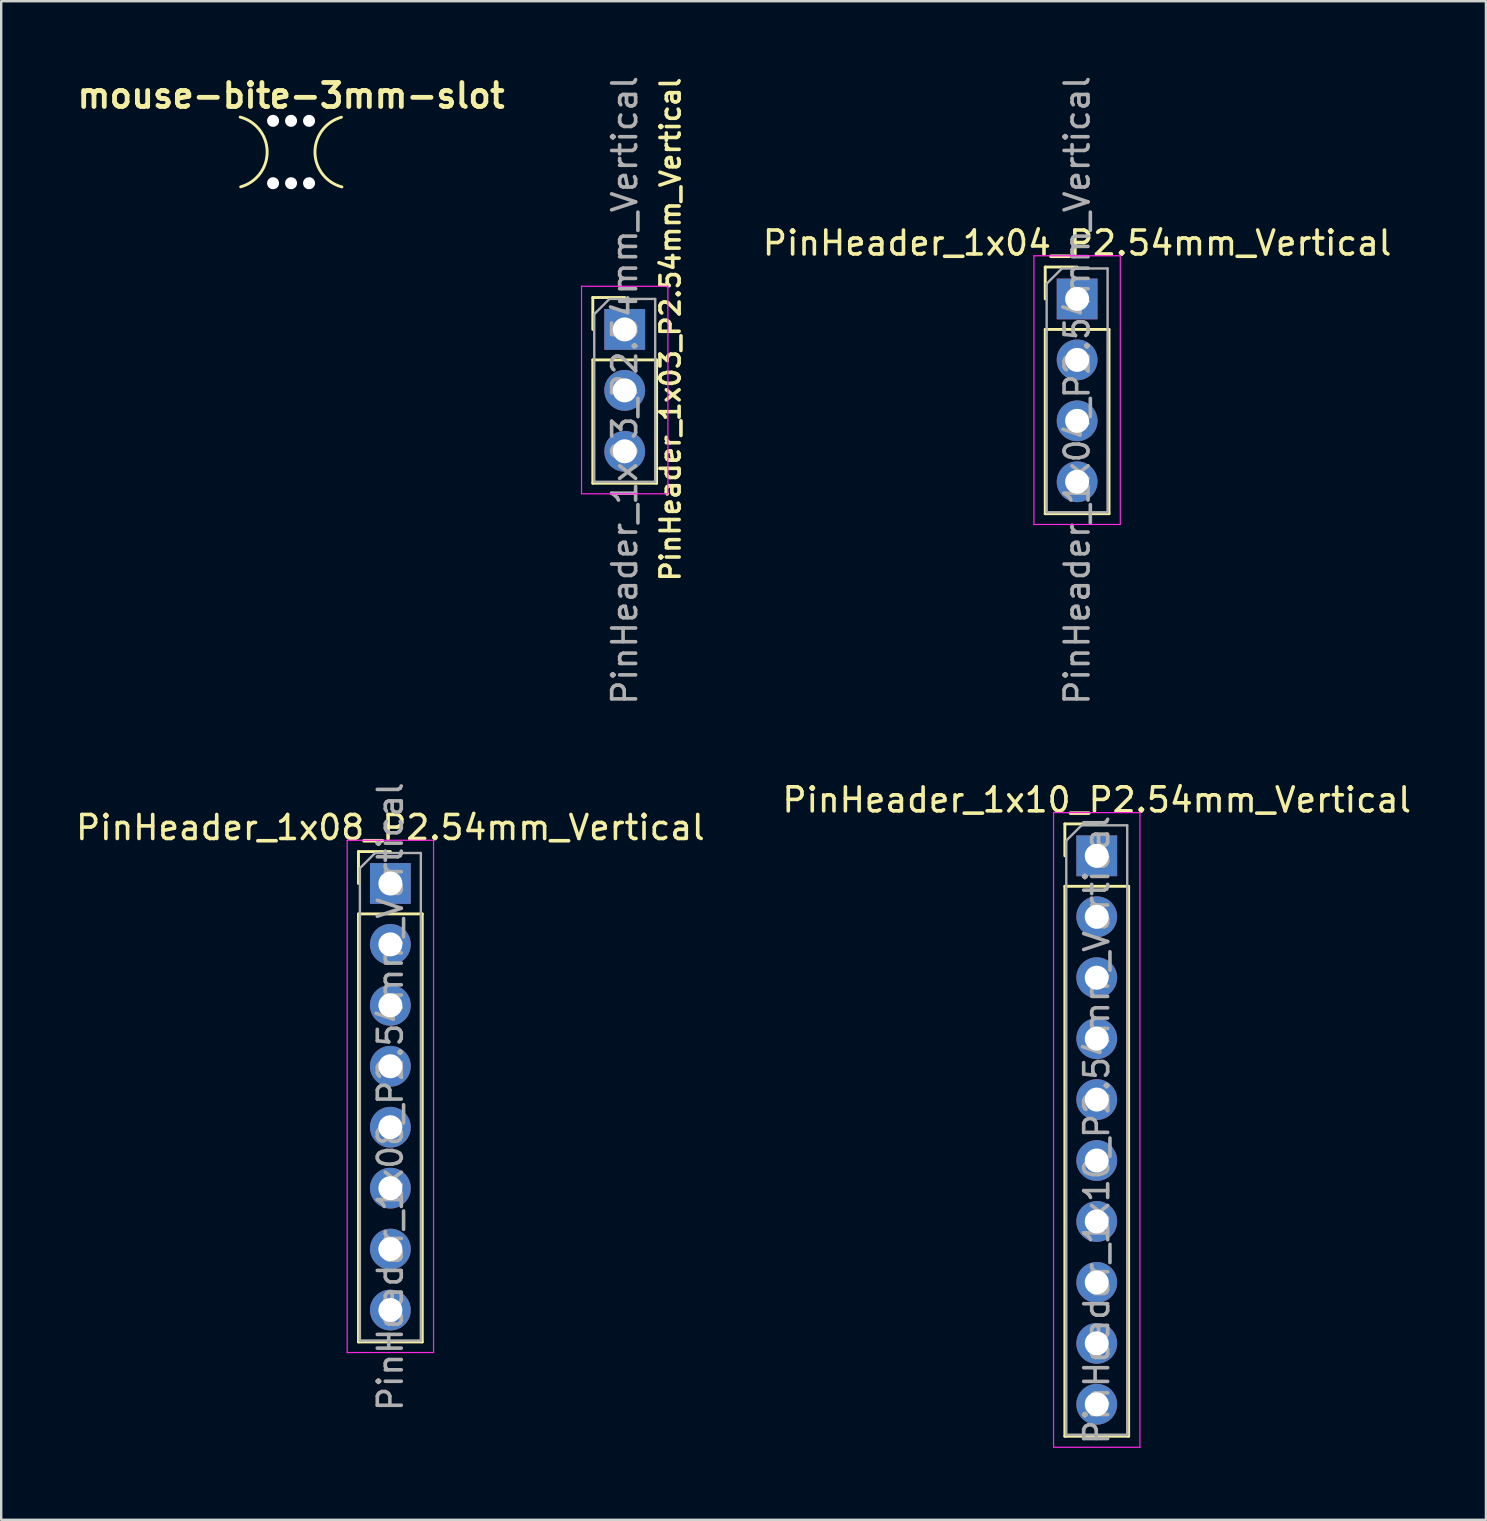
<source format=kicad_pcb>
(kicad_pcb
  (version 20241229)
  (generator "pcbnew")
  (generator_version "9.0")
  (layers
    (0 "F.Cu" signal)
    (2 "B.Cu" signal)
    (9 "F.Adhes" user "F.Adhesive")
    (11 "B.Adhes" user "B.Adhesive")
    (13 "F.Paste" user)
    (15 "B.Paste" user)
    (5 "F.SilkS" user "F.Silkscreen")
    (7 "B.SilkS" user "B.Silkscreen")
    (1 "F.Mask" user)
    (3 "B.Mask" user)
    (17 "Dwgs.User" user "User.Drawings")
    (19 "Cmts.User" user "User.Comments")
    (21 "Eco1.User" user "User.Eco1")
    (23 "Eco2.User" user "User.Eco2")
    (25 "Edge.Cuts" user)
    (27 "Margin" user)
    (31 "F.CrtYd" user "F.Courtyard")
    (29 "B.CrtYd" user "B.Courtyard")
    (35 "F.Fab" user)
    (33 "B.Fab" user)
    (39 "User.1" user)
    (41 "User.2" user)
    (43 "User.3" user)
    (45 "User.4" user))
  (footprint "PinHeader_1x03_P2.54mm_Vertical"
    (layer "F.Cu")
    (at 22.987 10.68)
    (property "Reference" "PinHeader_1x03_P2.54mm_Vertical" (at 1.905 0 90) (layer "F.SilkS") (effects (font (size 0.8 0.8) (thickness 0.15))))
    (attr through_hole exclude_from_pos_files exclude_from_bom)
    (fp_line (start -1.33 -1.33) (end 0 -1.33) (stroke (width 0.12) (type solid)) (layer "F.SilkS"))
    (fp_line (start -1.33 0) (end -1.33 -1.33) (stroke (width 0.12) (type solid)) (layer "F.SilkS"))
    (fp_line (start -1.33 1.27) (end -1.33 6.41) (stroke (width 0.12) (type solid)) (layer "F.SilkS"))
    (fp_line (start -1.33 1.27) (end 1.33 1.27) (stroke (width 0.12) (type solid)) (layer "F.SilkS"))
    (fp_line (start -1.33 6.41) (end 1.33 6.41) (stroke (width 0.12) (type solid)) (layer "F.SilkS"))
    (fp_line (start 1.33 1.27) (end 1.33 6.41) (stroke (width 0.12) (type solid)) (layer "F.SilkS"))
    (fp_line (start -1.8 -1.8) (end -1.8 6.85) (stroke (width 0.05) (type solid)) (layer "F.CrtYd"))
    (fp_line (start -1.8 6.85) (end 1.8 6.85) (stroke (width 0.05) (type solid)) (layer "F.CrtYd"))
    (fp_line (start 1.8 -1.8) (end -1.8 -1.8) (stroke (width 0.05) (type solid)) (layer "F.CrtYd"))
    (fp_line (start 1.8 6.85) (end 1.8 -1.8) (stroke (width 0.05) (type solid)) (layer "F.CrtYd"))
    (fp_line (start -1.27 -0.635) (end -0.635 -1.27) (stroke (width 0.1) (type solid)) (layer "F.Fab"))
    (fp_line (start -1.27 6.35) (end -1.27 -0.635) (stroke (width 0.1) (type solid)) (layer "F.Fab"))
    (fp_line (start -0.635 -1.27) (end 1.27 -1.27) (stroke (width 0.1) (type solid)) (layer "F.Fab"))
    (fp_line (start 1.27 -1.27) (end 1.27 6.35) (stroke (width 0.1) (type solid)) (layer "F.Fab"))
    (fp_line (start 1.27 6.35) (end -1.27 6.35) (stroke (width 0.1) (type solid)) (layer "F.Fab"))
    (fp_text user "${REFERENCE}" (at 0 2.54 90) (layer "F.Fab") (effects (font (size 1 1) (thickness 0.15))))
    (pad "1" thru_hole rect (at 0 0) (size 1.7 1.7) (drill 1) (layers "*.Cu" "*.Mask"))
    (pad "2" thru_hole oval (at 0 2.54) (size 1.7 1.7) (drill 1) (layers "*.Cu" "*.Mask"))
    (pad "3" thru_hole oval (at 0 5.08) (size 1.7 1.7) (drill 1) (layers "*.Cu" "*.Mask")))
  (footprint "PinHeader_1x08_P2.54mm_Vertical"
    (layer "F.Cu")
    (at 13.22 33.771)
    (property "Reference" "PinHeader_1x08_P2.54mm_Vertical" (at 0 -2.33 180) (layer "F.SilkS") (effects (font (size 1 1) (thickness 0.15))))
    (attr through_hole exclude_from_pos_files exclude_from_bom)
    (fp_line (start -1.33 -1.33) (end 0 -1.33) (stroke (width 0.12) (type solid)) (layer "F.SilkS"))
    (fp_line (start -1.33 0) (end -1.33 -1.33) (stroke (width 0.12) (type solid)) (layer "F.SilkS"))
    (fp_line (start -1.33 1.27) (end -1.33 19.11) (stroke (width 0.12) (type solid)) (layer "F.SilkS"))
    (fp_line (start -1.33 1.27) (end 1.33 1.27) (stroke (width 0.12) (type solid)) (layer "F.SilkS"))
    (fp_line (start -1.33 19.11) (end 1.33 19.11) (stroke (width 0.12) (type solid)) (layer "F.SilkS"))
    (fp_line (start 1.33 1.27) (end 1.33 19.11) (stroke (width 0.12) (type solid)) (layer "F.SilkS"))
    (fp_line (start -1.8 -1.8) (end -1.8 19.55) (stroke (width 0.05) (type solid)) (layer "F.CrtYd"))
    (fp_line (start -1.8 19.55) (end 1.8 19.55) (stroke (width 0.05) (type solid)) (layer "F.CrtYd"))
    (fp_line (start 1.8 -1.8) (end -1.8 -1.8) (stroke (width 0.05) (type solid)) (layer "F.CrtYd"))
    (fp_line (start 1.8 19.55) (end 1.8 -1.8) (stroke (width 0.05) (type solid)) (layer "F.CrtYd"))
    (fp_line (start -1.27 -0.635) (end -0.635 -1.27) (stroke (width 0.1) (type solid)) (layer "F.Fab"))
    (fp_line (start -1.27 19.05) (end -1.27 -0.635) (stroke (width 0.1) (type solid)) (layer "F.Fab"))
    (fp_line (start -0.635 -1.27) (end 1.27 -1.27) (stroke (width 0.1) (type solid)) (layer "F.Fab"))
    (fp_line (start 1.27 -1.27) (end 1.27 19.05) (stroke (width 0.1) (type solid)) (layer "F.Fab"))
    (fp_line (start 1.27 19.05) (end -1.27 19.05) (stroke (width 0.1) (type solid)) (layer "F.Fab"))
    (fp_text user "${REFERENCE}" (at 0 8.89 90) (layer "F.Fab") (effects (font (size 1 1) (thickness 0.15))))
    (pad "1" thru_hole rect (at 0 0) (size 1.7 1.7) (drill 1) (layers "*.Cu" "*.Mask"))
    (pad "2" thru_hole oval (at 0 2.54) (size 1.7 1.7) (drill 1) (layers "*.Cu" "*.Mask"))
    (pad "3" thru_hole oval (at 0 5.08) (size 1.7 1.7) (drill 1) (layers "*.Cu" "*.Mask"))
    (pad "4" thru_hole oval (at 0 7.62) (size 1.7 1.7) (drill 1) (layers "*.Cu" "*.Mask"))
    (pad "5" thru_hole oval (at 0 10.16) (size 1.7 1.7) (drill 1) (layers "*.Cu" "*.Mask"))
    (pad "6" thru_hole oval (at 0 12.7) (size 1.7 1.7) (drill 1) (layers "*.Cu" "*.Mask"))
    (pad "7" thru_hole oval (at 0 15.24) (size 1.7 1.7) (drill 1) (layers "*.Cu" "*.Mask"))
    (pad "8" thru_hole oval (at 0 17.78) (size 1.7 1.7) (drill 1) (layers "*.Cu" "*.Mask")))
  (footprint "PinHeader_1x10_P2.54mm_Vertical"
    (layer "F.Cu")
    (at 42.661 32.619)
    (property "Reference" "PinHeader_1x10_P2.54mm_Vertical" (at 0 -2.33 180) (layer "F.SilkS") (effects (font (size 1 1) (thickness 0.15))))
    (attr through_hole exclude_from_pos_files exclude_from_bom)
    (fp_line (start -1.33 -1.33) (end 0 -1.33) (stroke (width 0.12) (type solid)) (layer "F.SilkS"))
    (fp_line (start -1.33 0) (end -1.33 -1.33) (stroke (width 0.12) (type solid)) (layer "F.SilkS"))
    (fp_line (start -1.33 1.27) (end -1.33 24.19) (stroke (width 0.12) (type solid)) (layer "F.SilkS"))
    (fp_line (start -1.33 1.27) (end 1.33 1.27) (stroke (width 0.12) (type solid)) (layer "F.SilkS"))
    (fp_line (start -1.33 24.19) (end 1.33 24.19) (stroke (width 0.12) (type solid)) (layer "F.SilkS"))
    (fp_line (start 1.33 1.27) (end 1.33 24.19) (stroke (width 0.12) (type solid)) (layer "F.SilkS"))
    (fp_line (start -1.8 -1.8) (end -1.8 24.65) (stroke (width 0.05) (type solid)) (layer "F.CrtYd"))
    (fp_line (start -1.8 24.65) (end 1.8 24.65) (stroke (width 0.05) (type solid)) (layer "F.CrtYd"))
    (fp_line (start 1.8 -1.8) (end -1.8 -1.8) (stroke (width 0.05) (type solid)) (layer "F.CrtYd"))
    (fp_line (start 1.8 24.65) (end 1.8 -1.8) (stroke (width 0.05) (type solid)) (layer "F.CrtYd"))
    (fp_line (start -1.27 -0.635) (end -0.635 -1.27) (stroke (width 0.1) (type solid)) (layer "F.Fab"))
    (fp_line (start -1.27 24.13) (end -1.27 -0.635) (stroke (width 0.1) (type solid)) (layer "F.Fab"))
    (fp_line (start -0.635 -1.27) (end 1.27 -1.27) (stroke (width 0.1) (type solid)) (layer "F.Fab"))
    (fp_line (start 1.27 -1.27) (end 1.27 24.13) (stroke (width 0.1) (type solid)) (layer "F.Fab"))
    (fp_line (start 1.27 24.13) (end -1.27 24.13) (stroke (width 0.1) (type solid)) (layer "F.Fab"))
    (fp_text user "${REFERENCE}" (at 0 11.43 90) (layer "F.Fab") (effects (font (size 1 1) (thickness 0.15))))
    (pad "1" thru_hole rect (at 0 0) (size 1.7 1.7) (drill 1) (layers "*.Cu" "*.Mask"))
    (pad "2" thru_hole oval (at 0 2.54) (size 1.7 1.7) (drill 1) (layers "*.Cu" "*.Mask"))
    (pad "3" thru_hole oval (at 0 5.08) (size 1.7 1.7) (drill 1) (layers "*.Cu" "*.Mask"))
    (pad "4" thru_hole oval (at 0 7.62) (size 1.7 1.7) (drill 1) (layers "*.Cu" "*.Mask"))
    (pad "5" thru_hole oval (at 0 10.16) (size 1.7 1.7) (drill 1) (layers "*.Cu" "*.Mask"))
    (pad "6" thru_hole oval (at 0 12.7) (size 1.7 1.7) (drill 1) (layers "*.Cu" "*.Mask"))
    (pad "7" thru_hole oval (at 0 15.24) (size 1.7 1.7) (drill 1) (layers "*.Cu" "*.Mask"))
    (pad "8" thru_hole oval (at 0 17.78) (size 1.7 1.7) (drill 1) (layers "*.Cu" "*.Mask"))
    (pad "9" thru_hole oval (at 0 20.32) (size 1.7 1.7) (drill 1) (layers "*.Cu" "*.Mask"))
    (pad "10" thru_hole oval (at 0 22.86) (size 1.7 1.7) (drill 1) (layers "*.Cu" "*.Mask")))
  (footprint "PinHeader_1x04_P2.54mm_Vertical"
    (layer "F.Cu")
    (at 41.843 9.41)
    (property "Reference" "PinHeader_1x04_P2.54mm_Vertical" (at 0 -2.33 0) (layer "F.SilkS") (effects (font (size 1 1) (thickness 0.15))))
    (attr through_hole)
    (fp_line (start -1.33 -1.33) (end 0 -1.33) (stroke (width 0.12) (type solid)) (layer "F.SilkS"))
    (fp_line (start -1.33 0) (end -1.33 -1.33) (stroke (width 0.12) (type solid)) (layer "F.SilkS"))
    (fp_line (start -1.33 1.27) (end -1.33 8.95) (stroke (width 0.12) (type solid)) (layer "F.SilkS"))
    (fp_line (start -1.33 1.27) (end 1.33 1.27) (stroke (width 0.12) (type solid)) (layer "F.SilkS"))
    (fp_line (start -1.33 8.95) (end 1.33 8.95) (stroke (width 0.12) (type solid)) (layer "F.SilkS"))
    (fp_line (start 1.33 1.27) (end 1.33 8.95) (stroke (width 0.12) (type solid)) (layer "F.SilkS"))
    (fp_line (start -1.8 -1.8) (end -1.8 9.4) (stroke (width 0.05) (type solid)) (layer "F.CrtYd"))
    (fp_line (start -1.8 9.4) (end 1.8 9.4) (stroke (width 0.05) (type solid)) (layer "F.CrtYd"))
    (fp_line (start 1.8 -1.8) (end -1.8 -1.8) (stroke (width 0.05) (type solid)) (layer "F.CrtYd"))
    (fp_line (start 1.8 9.4) (end 1.8 -1.8) (stroke (width 0.05) (type solid)) (layer "F.CrtYd"))
    (fp_line (start -1.27 -0.635) (end -0.635 -1.27) (stroke (width 0.1) (type solid)) (layer "F.Fab"))
    (fp_line (start -1.27 8.89) (end -1.27 -0.635) (stroke (width 0.1) (type solid)) (layer "F.Fab"))
    (fp_line (start -0.635 -1.27) (end 1.27 -1.27) (stroke (width 0.1) (type solid)) (layer "F.Fab"))
    (fp_line (start 1.27 -1.27) (end 1.27 8.89) (stroke (width 0.1) (type solid)) (layer "F.Fab"))
    (fp_line (start 1.27 8.89) (end -1.27 8.89) (stroke (width 0.1) (type solid)) (layer "F.Fab"))
    (fp_text user "${REFERENCE}" (at 0 3.81 270) (layer "F.Fab") (effects (font (size 1 1) (thickness 0.15))))
    (pad "1" thru_hole rect (at 0 0) (size 1.7 1.7) (drill 1) (layers "*.Cu" "*.Mask"))
    (pad "2" thru_hole oval (at 0 2.54) (size 1.7 1.7) (drill 1) (layers "*.Cu" "*.Mask"))
    (pad "3" thru_hole oval (at 0 5.08) (size 1.7 1.7) (drill 1) (layers "*.Cu" "*.Mask"))
    (pad "4" thru_hole oval (at 0 7.62) (size 1.7 1.7) (drill 1) (layers "*.Cu" "*.Mask")))
  (footprint "mouse-bite-3mm-slot"
    (layer "F.Cu")
    (at 9.081 3.286)
    (property "Reference" "mouse-bite-3mm-slot" (at 0 -2.35 0) (layer "F.SilkS") (effects (font (size 1 1) (thickness 0.2))))
    (attr through_hole)
    (fp_arc (start -2.120316 -1.455451) (mid -0.995877 -0.010517) (end -2.100001 1.449999) (stroke (width 0.12) (type solid)) (layer "F.SilkS"))
    (fp_arc (start 2.120316 1.455451) (mid 0.995877 0.010517) (end 2.100001 -1.449999) (stroke (width 0.12) (type solid)) (layer "F.SilkS"))
    (fp_line (start -2.51 0) (end -2.5 0) (stroke (width 3) (type solid)) (layer "Eco1.User"))
    (fp_line (start 2.51 0) (end 2.5 0) (stroke (width 3) (type solid)) (layer "Eco1.User"))
    (pad "" np_thru_hole circle (at -0.75 -1.3) (size 0.5 0.5) (drill 0.5) (layers "*.Cu" "*.Mask"))
    (pad "" np_thru_hole circle (at -0.75 1.3) (size 0.5 0.5) (drill 0.5) (layers "*.Cu" "*.Mask"))
    (pad "" np_thru_hole circle (at 0 -1.3) (size 0.5 0.5) (drill 0.5) (layers "*.Cu" "*.Mask"))
    (pad "" np_thru_hole circle (at 0 1.3) (size 0.5 0.5) (drill 0.5) (layers "*.Cu" "*.Mask"))
    (pad "" np_thru_hole circle (at 0.75 -1.3) (size 0.5 0.5) (drill 0.5) (layers "*.Cu" "*.Mask"))
    (pad "" np_thru_hole circle (at 0.75 1.3) (size 0.5 0.5) (drill 0.5) (layers "*.Cu" "*.Mask")))
  (gr_rect
    (start -3 -3)
    (end 58.881 60.294)
    (stroke (width 0.1) (type default))
    (fill no)
    (layer "Edge.Cuts")))
</source>
